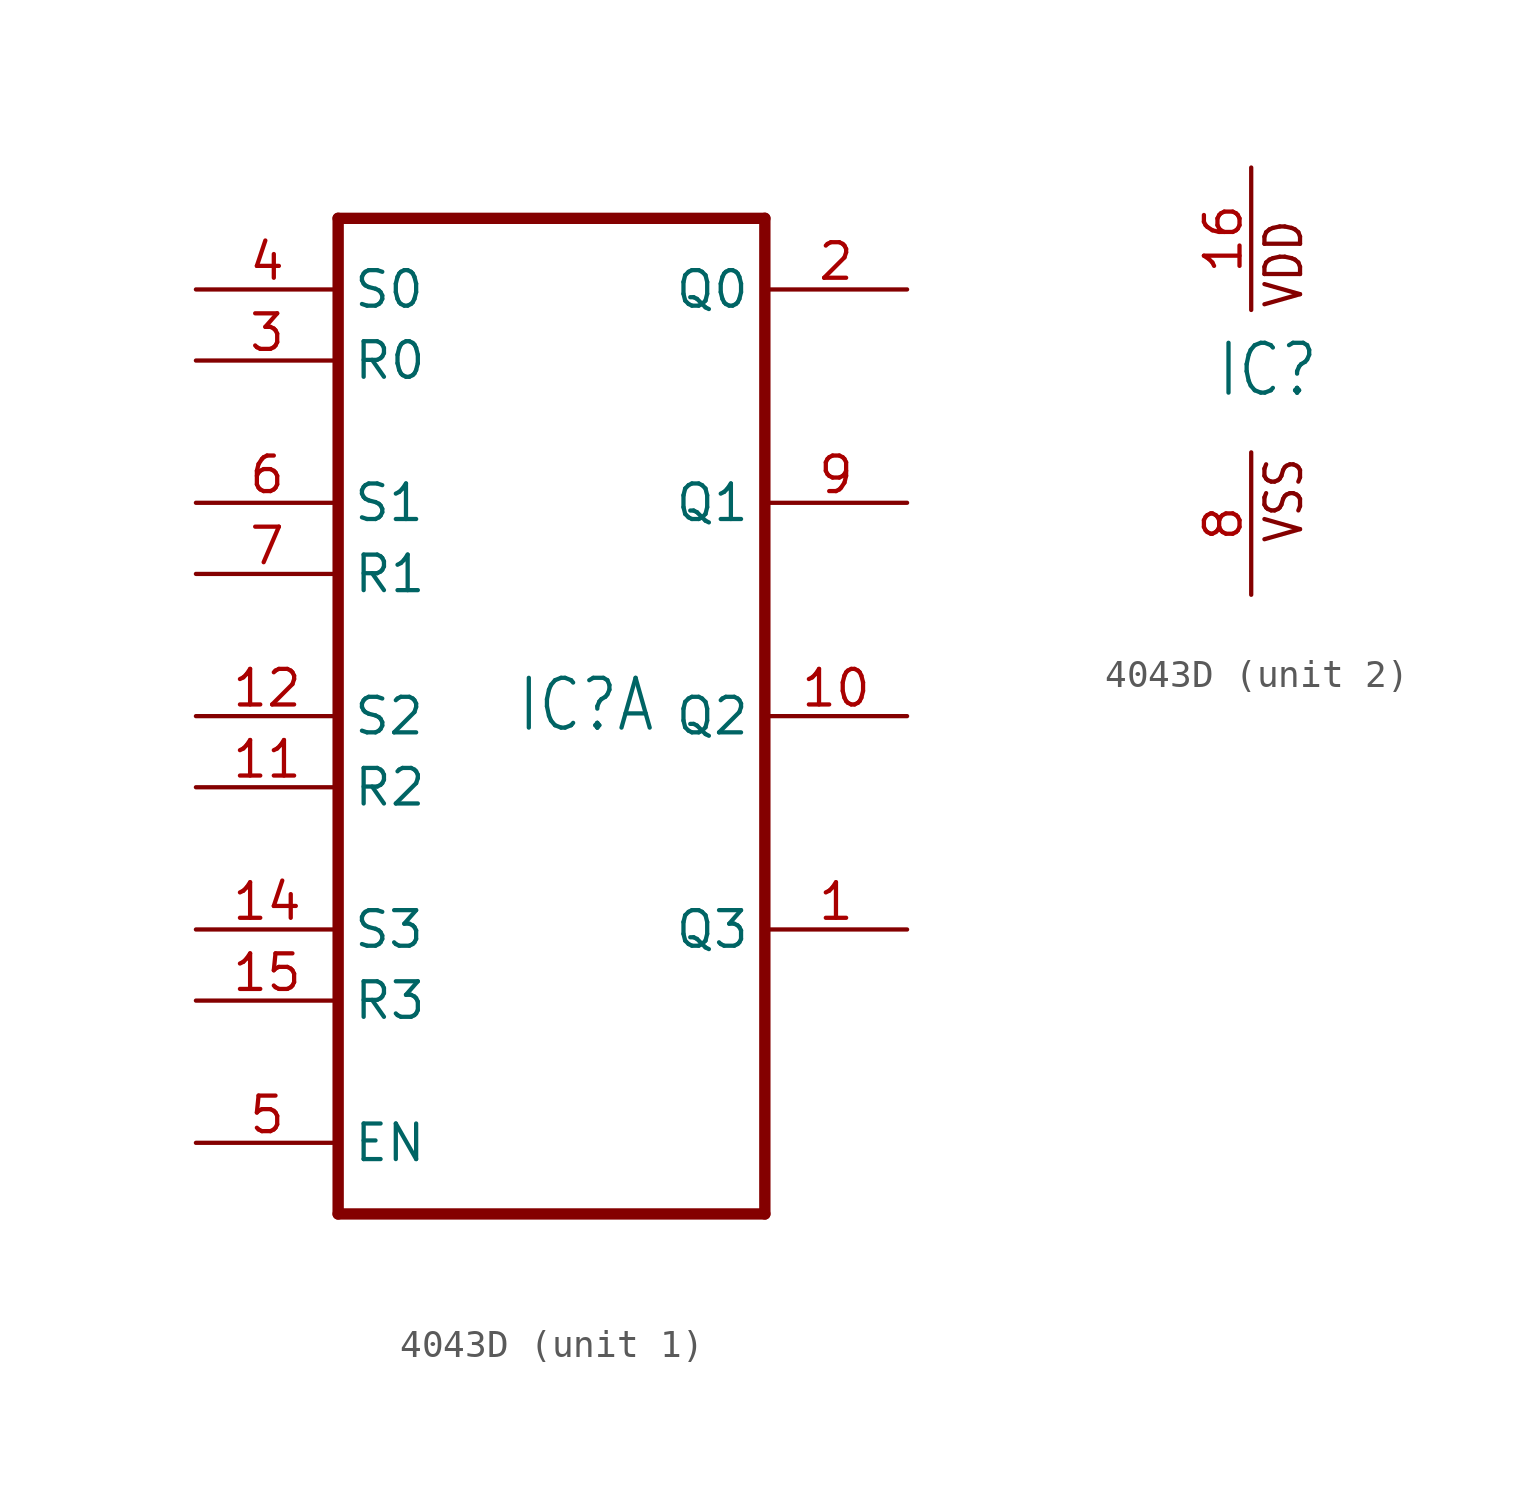
<source format=kicad_sym>
(kicad_symbol_lib
  (version 20211014)
  (generator kicad_symbol_editor)
  (symbol "4043D"
    (property "Reference" "IC"
      (at -1.27 -0.635 0)
      (effects (font (size 1.778 1.511)) (justify left bottom)))
    (property "ki_locked" ""
      (at 0 0 0)
      (effects (font (size 1.27 1.27))))
    (symbol "4043D_1_0"
      (polyline (pts (xy -7.62 -17.78) (xy 7.62 -17.78)) (stroke (width 0.406) (type default) (color 0 0 0 0)) (fill (type none)))
      (polyline (pts (xy -7.62 17.78) (xy -7.62 -17.78)) (stroke (width 0.406) (type default) (color 0 0 0 0)) (fill (type none)))
      (polyline (pts (xy 7.62 -17.78) (xy 7.62 17.78)) (stroke (width 0.406) (type default) (color 0 0 0 0)) (fill (type none)))
      (polyline (pts (xy 7.62 17.78) (xy -7.62 17.78)) (stroke (width 0.406) (type default) (color 0 0 0 0)) (fill (type none)))
      (pin output line (at 12.7 -7.62 180) (length 5.08) (name "Q3" (effects (font (size 1.27 1.27)))) (number "1" (effects (font (size 1.27 1.27)))))
      (pin output line (at 12.7 0 180) (length 5.08) (name "Q2" (effects (font (size 1.27 1.27)))) (number "10" (effects (font (size 1.27 1.27)))))
      (pin input line (at -12.7 -2.54 0) (length 5.08) (name "R2" (effects (font (size 1.27 1.27)))) (number "11" (effects (font (size 1.27 1.27)))))
      (pin input line (at -12.7 0 0) (length 5.08) (name "S2" (effects (font (size 1.27 1.27)))) (number "12" (effects (font (size 1.27 1.27)))))
      (pin input line (at -12.7 -7.62 0) (length 5.08) (name "S3" (effects (font (size 1.27 1.27)))) (number "14" (effects (font (size 1.27 1.27)))))
      (pin input line (at -12.7 -10.16 0) (length 5.08) (name "R3" (effects (font (size 1.27 1.27)))) (number "15" (effects (font (size 1.27 1.27)))))
      (pin output line (at 12.7 15.24 180) (length 5.08) (name "Q0" (effects (font (size 1.27 1.27)))) (number "2" (effects (font (size 1.27 1.27)))))
      (pin input line (at -12.7 12.7 0) (length 5.08) (name "R0" (effects (font (size 1.27 1.27)))) (number "3" (effects (font (size 1.27 1.27)))))
      (pin input line (at -12.7 15.24 0) (length 5.08) (name "S0" (effects (font (size 1.27 1.27)))) (number "4" (effects (font (size 1.27 1.27)))))
      (pin input line (at -12.7 -15.24 0) (length 5.08) (name "EN" (effects (font (size 1.27 1.27)))) (number "5" (effects (font (size 1.27 1.27)))))
      (pin input line (at -12.7 7.62 0) (length 5.08) (name "S1" (effects (font (size 1.27 1.27)))) (number "6" (effects (font (size 1.27 1.27)))))
      (pin input line (at -12.7 5.08 0) (length 5.08) (name "R1" (effects (font (size 1.27 1.27)))) (number "7" (effects (font (size 1.27 1.27)))))
      (pin output line (at 12.7 7.62 180) (length 5.08) (name "Q1" (effects (font (size 1.27 1.27)))) (number "9" (effects (font (size 1.27 1.27))))))
    (symbol "4043D_2_0"
      (text "VDD" (at 1.905 2.54 900) (effects (font (size 1.27 1.079)) (justify left bottom)))
      (text "VSS" (at 1.905 -5.842 900) (effects (font (size 1.27 1.079)) (justify left bottom)))
      (pin power_in line (at 0 7.62 270) (length 5.08) (name "VDD" (effects (font (size 0 0)))) (number "16" (effects (font (size 1.27 1.27)))))
      (pin power_in line (at 0 -7.62 90) (length 5.08) (name "VSS" (effects (font (size 0 0)))) (number "8" (effects (font (size 1.27 1.27))))))))
</source>
